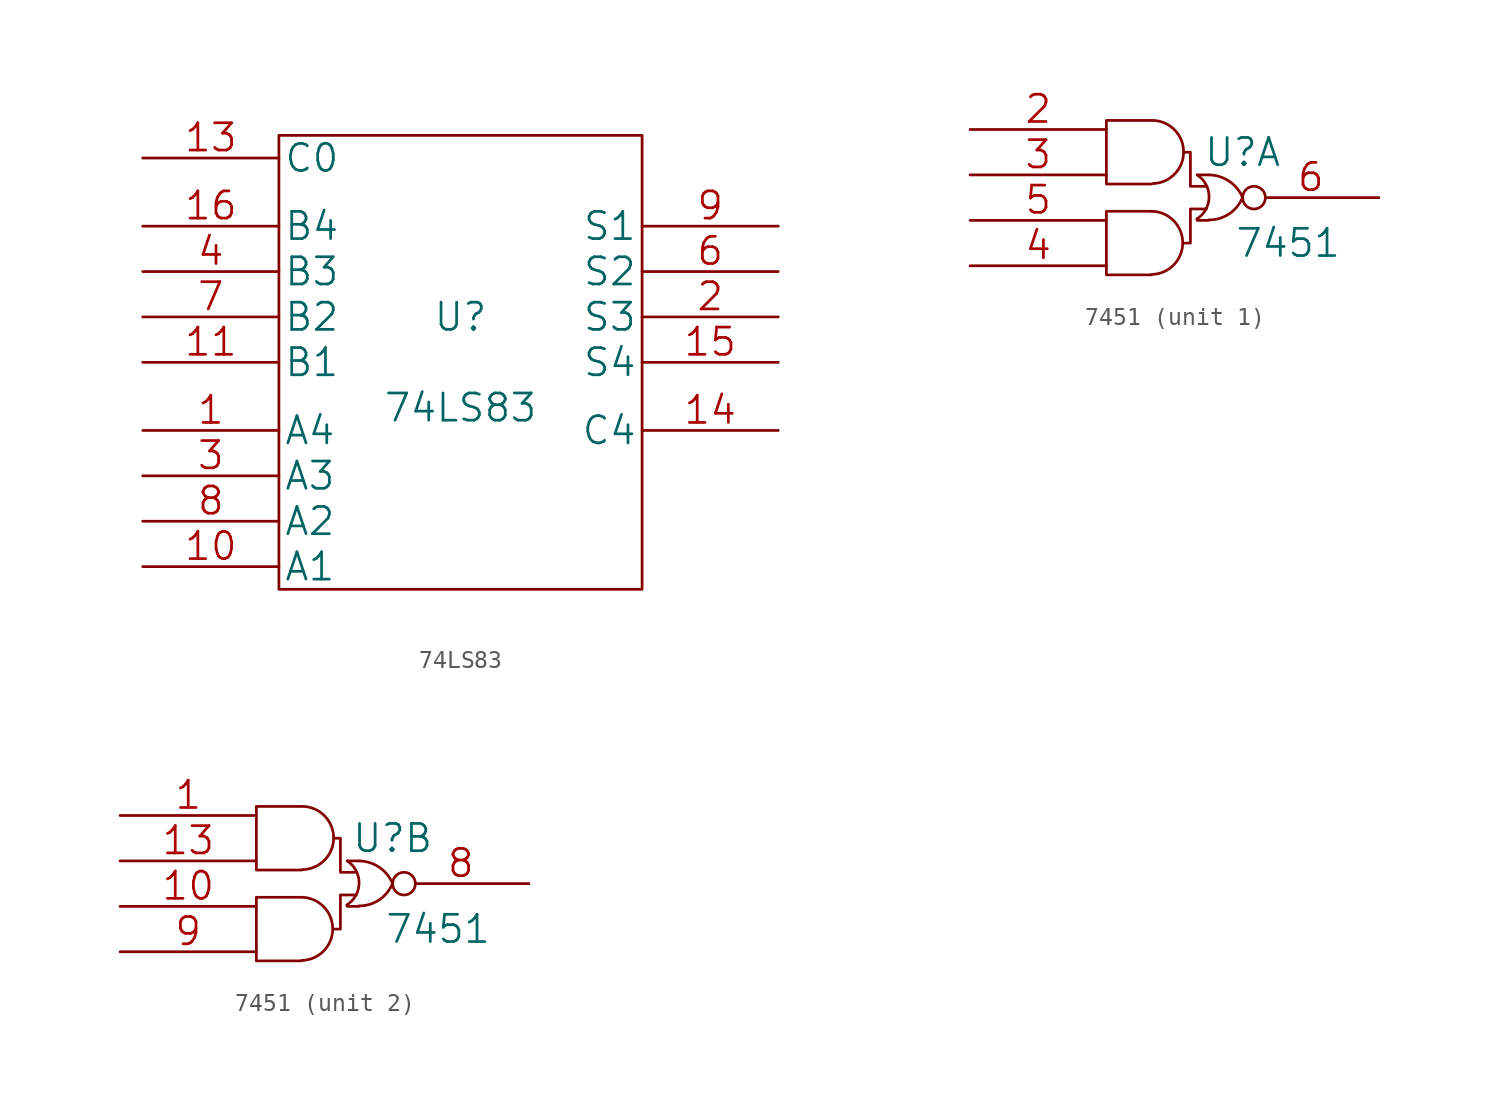
<source format=kicad_sym>
(kicad_symbol_lib
  (version 20241209)
  (generator "kicad_symbol_editor")
  (generator_version "9.0")
  (symbol "74LS83"
    (pin_names
      (offset 0.254))
    (property "Reference" "U"
      (at 0 2.54 0)
      (effects (font (size 1.524 1.524))))
    (property "Value" "74LS83"
      (at 0 -2.54 0)
      (effects (font (size 1.524 1.524))))
    (property "Footprint" ""
      (at 0 0 0)
      (effects (font (size 1.524 1.524))))
    (property "Datasheet" ""
      (at 0 0 0)
      (effects (font (size 1.524 1.524))))
    (symbol "74LS83_0_0"
      (pin power_in line (at -7.62 12.7 270) (length 0) (hide yes) (name "VCC" (effects (font (size 1.524 1.524)))) (number "5" (effects (font (size 1.524 1.524)))))
      (pin power_in line (at -7.62 -12.7 90) (length 0) (hide yes) (name "GND" (effects (font (size 1.524 1.524)))) (number "12" (effects (font (size 1.524 1.524))))))
    (symbol "74LS83_0_1"
      (rectangle (start -10.16 12.7) (end 10.16 -12.7) (stroke (width 0) (type solid)) (fill (type none))))
    (symbol "74LS83_1_1"
      (pin input line (at -17.78 11.43 0) (length 7.62) (name "C0" (effects (font (size 1.524 1.524)))) (number "13" (effects (font (size 1.524 1.524)))))
      (pin input line (at -17.78 7.62 0) (length 7.62) (name "B4" (effects (font (size 1.524 1.524)))) (number "16" (effects (font (size 1.524 1.524)))))
      (pin input line (at -17.78 5.08 0) (length 7.62) (name "B3" (effects (font (size 1.524 1.524)))) (number "4" (effects (font (size 1.524 1.524)))))
      (pin input line (at -17.78 2.54 0) (length 7.62) (name "B2" (effects (font (size 1.524 1.524)))) (number "7" (effects (font (size 1.524 1.524)))))
      (pin input line (at -17.78 0 0) (length 7.62) (name "B1" (effects (font (size 1.524 1.524)))) (number "11" (effects (font (size 1.524 1.524)))))
      (pin input line (at -17.78 -3.81 0) (length 7.62) (name "A4" (effects (font (size 1.524 1.524)))) (number "1" (effects (font (size 1.524 1.524)))))
      (pin input line (at -17.78 -6.35 0) (length 7.62) (name "A3" (effects (font (size 1.524 1.524)))) (number "3" (effects (font (size 1.524 1.524)))))
      (pin input line (at -17.78 -8.89 0) (length 7.62) (name "A2" (effects (font (size 1.524 1.524)))) (number "8" (effects (font (size 1.524 1.524)))))
      (pin input line (at -17.78 -11.43 0) (length 7.62) (name "A1" (effects (font (size 1.524 1.524)))) (number "10" (effects (font (size 1.524 1.524)))))
      (pin output line (at 17.78 7.62 180) (length 7.62) (name "S1" (effects (font (size 1.524 1.524)))) (number "9" (effects (font (size 1.524 1.524)))))
      (pin output line (at 17.78 5.08 180) (length 7.62) (name "S2" (effects (font (size 1.524 1.524)))) (number "6" (effects (font (size 1.524 1.524)))))
      (pin output line (at 17.78 2.54 180) (length 7.62) (name "S3" (effects (font (size 1.524 1.524)))) (number "2" (effects (font (size 1.524 1.524)))))
      (pin output line (at 17.78 0 180) (length 7.62) (name "S4" (effects (font (size 1.524 1.524)))) (number "15" (effects (font (size 1.524 1.524)))))
      (pin output line (at 17.78 -3.81 180) (length 7.62) (name "C4" (effects (font (size 1.524 1.524)))) (number "14" (effects (font (size 1.524 1.524)))))))
  (symbol "7451"
    (pin_names
      (offset 0.254))
    (property "Reference" "U"
      (at 3.81 2.54 0)
      (effects (font (size 1.524 1.524))))
    (property "Value" "7451"
      (at 6.35 -2.54 0)
      (effects (font (size 1.524 1.524))))
    (property "Footprint" ""
      (at 0 0 0)
      (effects (font (size 1.524 1.524))))
    (property "Datasheet" ""
      (at 0 0 0)
      (effects (font (size 1.524 1.524))))
    (symbol "7451_0_0"
      (pin power_in line (at -2.54 4.318 0) (length 0) (hide yes) (name "VCC" (effects (font (size 1.524 1.524)))) (number "14" (effects (font (size 1.524 1.524)))))
      (pin power_in line (at -2.54 -4.318 0) (length 0) (hide yes) (name "GND" (effects (font (size 1.524 1.524)))) (number "7" (effects (font (size 1.524 1.524))))))
    (symbol "7451_0_1"
      (arc (start -1.27 -0.762) (mid 0.4579 -2.5396) (end -1.27 -4.2926) (stroke (width 0) (type solid)) (fill (type none)))
      (polyline (pts (xy -1.27 4.318) (xy -3.81 4.318) (xy -3.81 0.762) (xy -1.27 0.762)) (stroke (width 0) (type solid)) (fill (type none)))
      (arc (start -1.2192 4.318) (mid 0.5087 2.5404) (end -1.2192 0.7874) (stroke (width 0) (type solid)) (fill (type none)))
      (polyline (pts (xy -1.27 -0.762) (xy -3.81 -0.762) (xy -3.81 -4.318) (xy -1.27 -4.318)) (stroke (width 0) (type solid)) (fill (type none)))
      (arc (start 1.27 1.27) (mid 1.9323 0.0219) (end 1.2446 -1.1938) (stroke (width 0) (type solid)) (fill (type none)))
      (polyline (pts (xy 0.508 2.54) (xy 0.889 2.54) (xy 0.889 0.635) (xy 1.778 0.635)) (stroke (width 0) (type solid)) (fill (type none)))
      (polyline (pts (xy 0.508 -2.54) (xy 0.889 -2.54) (xy 0.889 -0.635) (xy 1.778 -0.635)) (stroke (width 0) (type solid)) (fill (type none)))
      (arc (start 3.81 0.0254) (mid 3.0532 -0.9103) (end 1.905 -1.2446) (stroke (width 0) (type solid)) (fill (type none)))
      (polyline (pts (xy 1.905 1.27) (xy 1.27 1.27)) (stroke (width 0) (type solid)) (fill (type none)))
      (arc (start 1.9304 1.27) (mid 3.0593 0.9159) (end 3.81 0) (stroke (width 0) (type solid)) (fill (type none)))
      (polyline (pts (xy 1.905 -1.27) (xy 1.27 -1.27)) (stroke (width 0) (type solid)) (fill (type none))))
    (symbol "7451_1_1"
      (pin input line (at -11.43 3.81 0) (length 7.62) (name "~" (effects (font (size 1.524 1.524)))) (number "2" (effects (font (size 1.524 1.524)))))
      (pin input line (at -11.43 1.27 0) (length 7.62) (name "~" (effects (font (size 1.524 1.524)))) (number "3" (effects (font (size 1.524 1.524)))))
      (pin input line (at -11.43 -1.27 0) (length 7.62) (name "~" (effects (font (size 1.524 1.524)))) (number "5" (effects (font (size 1.524 1.524)))))
      (pin input line (at -11.43 -3.81 0) (length 7.62) (name "~" (effects (font (size 1.524 1.524)))) (number "4" (effects (font (size 1.524 1.524)))))
      (pin output inverted (at 11.43 0 180) (length 7.62) (name "~" (effects (font (size 1.524 1.524)))) (number "6" (effects (font (size 1.524 1.524))))))
    (symbol "7451_2_1"
      (pin input line (at -11.43 3.81 0) (length 7.62) (name "~" (effects (font (size 1.524 1.524)))) (number "1" (effects (font (size 1.524 1.524)))))
      (pin input line (at -11.43 1.27 0) (length 7.62) (name "~" (effects (font (size 1.524 1.524)))) (number "13" (effects (font (size 1.524 1.524)))))
      (pin input line (at -11.43 -1.27 0) (length 7.62) (name "~" (effects (font (size 1.524 1.524)))) (number "10" (effects (font (size 1.524 1.524)))))
      (pin input line (at -11.43 -3.81 0) (length 7.62) (name "~" (effects (font (size 1.524 1.524)))) (number "9" (effects (font (size 1.524 1.524)))))
      (pin output inverted (at 11.43 0 180) (length 7.62) (name "~" (effects (font (size 1.524 1.524)))) (number "8" (effects (font (size 1.524 1.524))))))))
</source>
